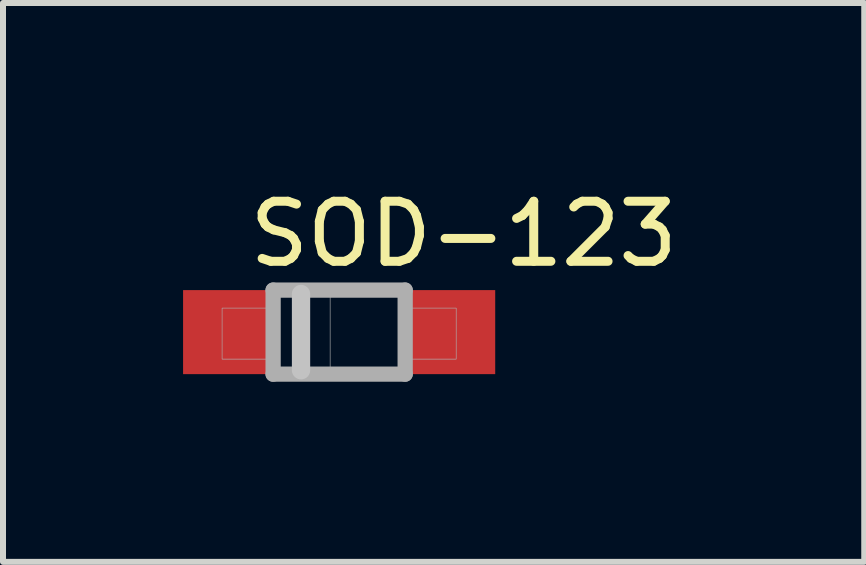
<source format=kicad_pcb>
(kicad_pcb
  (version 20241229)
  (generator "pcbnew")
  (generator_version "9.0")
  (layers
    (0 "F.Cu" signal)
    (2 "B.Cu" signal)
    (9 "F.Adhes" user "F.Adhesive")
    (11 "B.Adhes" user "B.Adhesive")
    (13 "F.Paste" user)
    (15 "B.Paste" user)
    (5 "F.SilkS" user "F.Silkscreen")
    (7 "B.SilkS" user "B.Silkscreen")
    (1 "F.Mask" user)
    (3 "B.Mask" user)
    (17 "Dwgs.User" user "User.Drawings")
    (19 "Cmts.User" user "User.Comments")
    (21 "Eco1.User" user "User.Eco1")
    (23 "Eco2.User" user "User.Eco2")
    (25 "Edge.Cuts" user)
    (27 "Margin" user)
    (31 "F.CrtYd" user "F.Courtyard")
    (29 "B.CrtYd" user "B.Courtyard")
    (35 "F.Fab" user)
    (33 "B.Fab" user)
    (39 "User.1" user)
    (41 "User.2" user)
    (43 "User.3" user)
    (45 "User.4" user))
  (footprint "SOD-123"
    (layer "F.Cu")
    (at 2.6 2.483)
    (property "Reference" "SOD-123" (at 2.075 -1.635 0) (layer "F.SilkS") (effects (font (size 1 1) (thickness 0.15))))
    (attr smd)
    (fp_line (start -0.635 -0.635) (end -0.635 0.635) (stroke (width 0.305) (type solid)) (layer "Dwgs.User"))
    (fp_line (start -1.1 -0.7) (end 1.1 -0.7) (stroke (width 0.254) (type solid)) (layer "F.Fab"))
    (fp_line (start -1.1 0.7) (end -1.1 -0.7) (stroke (width 0.254) (type solid)) (layer "F.Fab"))
    (fp_line (start 1.1 -0.7) (end 1.1 0.7) (stroke (width 0.254) (type solid)) (layer "F.Fab"))
    (fp_line (start 1.1 0.7) (end -1.1 0.7) (stroke (width 0.254) (type solid)) (layer "F.Fab"))
    (fp_poly (pts (xy -1.95 -0.4) (xy -1.2 -0.4) (xy -1.2 0.45) (xy -1.95 0.45)) (stroke (width 0.01) (type solid)) (fill no) (layer "F.Fab"))
    (fp_poly (pts (xy -1.05 -0.7) (xy -0.15 -0.7) (xy -0.15 0.65) (xy -1.05 0.65)) (stroke (width 0.01) (type solid)) (fill no) (layer "F.Fab"))
    (fp_poly (pts (xy 1.2 -0.4) (xy 1.95 -0.4) (xy 1.95 0.45) (xy 1.2 0.45)) (stroke (width 0.01) (type solid)) (fill no) (layer "F.Fab"))
    (pad "A" smd rect (at 1.9 0) (size 1.4 1.4) (layers "F.Cu" "F.Mask" "F.Paste"))
    (pad "C" smd rect (at -1.9 0) (size 1.4 1.4) (layers "F.Cu" "F.Mask" "F.Paste")))
  (gr_rect
    (start -3 -3)
    (end 11.348 6.31)
    (stroke (width 0.1) (type default))
    (fill no)
    (layer "Edge.Cuts")))
</source>
